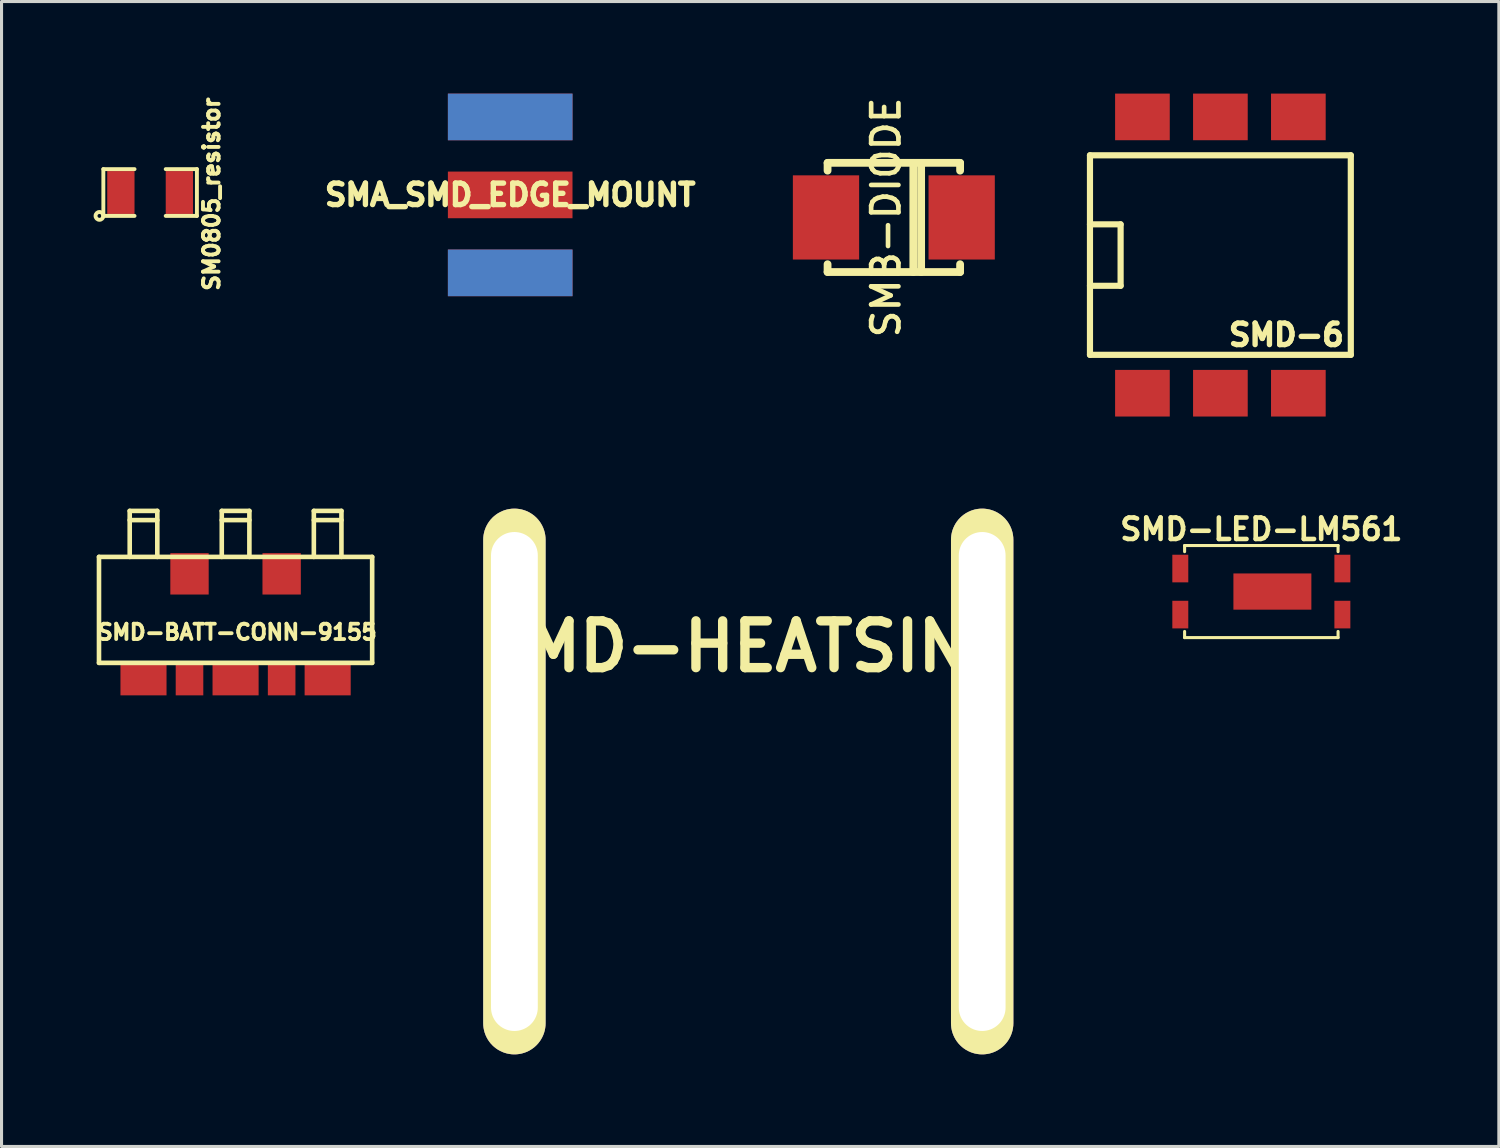
<source format=kicad_pcb>
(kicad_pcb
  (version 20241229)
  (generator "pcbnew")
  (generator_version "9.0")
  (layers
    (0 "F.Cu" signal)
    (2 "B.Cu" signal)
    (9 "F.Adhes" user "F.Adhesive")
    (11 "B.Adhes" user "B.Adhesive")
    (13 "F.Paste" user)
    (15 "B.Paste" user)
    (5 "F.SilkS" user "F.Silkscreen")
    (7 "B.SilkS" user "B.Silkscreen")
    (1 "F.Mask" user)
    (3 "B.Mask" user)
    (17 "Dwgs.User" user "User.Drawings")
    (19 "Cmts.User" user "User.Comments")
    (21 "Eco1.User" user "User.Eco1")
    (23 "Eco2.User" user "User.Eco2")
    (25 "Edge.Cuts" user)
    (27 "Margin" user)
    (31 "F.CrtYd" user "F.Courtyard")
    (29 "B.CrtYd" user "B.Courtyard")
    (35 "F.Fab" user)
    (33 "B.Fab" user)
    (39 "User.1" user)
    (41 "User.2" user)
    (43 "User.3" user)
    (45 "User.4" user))
  (footprint "SMD-BATT-CONN-9155"
    (layer "F.Cu")
    (at 4.625 15.645)
    (property "Reference" "SMD-BATT-CONN-9155" (at 0.051 1.9 0) (layer "F.SilkS") (effects (font (size 0.5 0.5) (thickness 0.124))))
    (attr through_hole)
    (fp_line (start -4.45 -0.551) (end 4.45 -0.551) (stroke (width 0.15) (type solid)) (layer "F.SilkS"))
    (fp_line (start -4.45 2.901) (end -4.45 -0.551) (stroke (width 0.15) (type solid)) (layer "F.SilkS"))
    (fp_line (start -3.449 -2.05) (end -2.55 -2.05) (stroke (width 0.15) (type solid)) (layer "F.SilkS"))
    (fp_line (start -3.449 -0.551) (end -3.449 -2.05) (stroke (width 0.15) (type solid)) (layer "F.SilkS"))
    (fp_line (start -2.55 -2.05) (end -2.55 -0.551) (stroke (width 0.15) (type solid)) (layer "F.SilkS"))
    (fp_line (start -2.55 -1.75) (end -3.449 -1.75) (stroke (width 0.15) (type solid)) (layer "F.SilkS"))
    (fp_line (start -0.45 -2.05) (end 0.45 -2.05) (stroke (width 0.15) (type solid)) (layer "F.SilkS"))
    (fp_line (start -0.45 -0.551) (end -0.45 -2.05) (stroke (width 0.15) (type solid)) (layer "F.SilkS"))
    (fp_line (start 0.45 -2.05) (end 0.45 -0.551) (stroke (width 0.15) (type solid)) (layer "F.SilkS"))
    (fp_line (start 0.45 -1.75) (end -0.45 -1.75) (stroke (width 0.15) (type solid)) (layer "F.SilkS"))
    (fp_line (start 2.55 -2.05) (end 3.449 -2.05) (stroke (width 0.15) (type solid)) (layer "F.SilkS"))
    (fp_line (start 2.55 -0.551) (end 2.55 -2.05) (stroke (width 0.15) (type solid)) (layer "F.SilkS"))
    (fp_line (start 3.449 -2.05) (end 3.449 -0.551) (stroke (width 0.15) (type solid)) (layer "F.SilkS"))
    (fp_line (start 3.449 -1.75) (end 2.55 -1.75) (stroke (width 0.15) (type solid)) (layer "F.SilkS"))
    (fp_line (start 4.45 -0.551) (end 4.45 2.901) (stroke (width 0.15) (type solid)) (layer "F.SilkS"))
    (fp_line (start 4.45 2.901) (end -4.45 2.901) (stroke (width 0.15) (type solid)) (layer "F.SilkS"))
    (pad "1" smd rect (at -1.501 0) (size 1.25 1.349) (layers "F.Cu" "F.Mask" "F.Paste"))
    (pad "2" smd rect (at 1.501 0) (size 1.25 1.349) (layers "F.Cu" "F.Mask" "F.Paste"))
    (pad "3" smd rect (at -3 3.459) (size 1.501 1.001) (layers "F.Cu" "F.Mask" "F.Paste"))
    (pad "4" smd rect (at 0 3.459) (size 1.501 1.001) (layers "F.Cu" "F.Mask" "F.Paste"))
    (pad "5" smd rect (at 3 3.459) (size 1.501 1.001) (layers "F.Cu" "F.Mask" "F.Paste"))
    (pad "6" smd rect (at -1.501 3.459) (size 0.899 1.001) (layers "F.Cu" "F.Mask" "F.Paste"))
    (pad "7" smd rect (at 1.501 3.459) (size 0.899 1.001) (layers "F.Cu" "F.Mask" "F.Paste")))
  (footprint "SMD-LED-LM561"
    (layer "F.Cu")
    (at 38.044 16.223)
    (property "Reference" "SMD-LED-LM561" (at 0 -2.03 0) (layer "F.SilkS") (effects (font (size 0.7 0.7) (thickness 0.15))))
    (attr through_hole)
    (fp_line (start -2.5 -1.5) (end -2.5 -1.3) (stroke (width 0.1) (type solid)) (layer "F.SilkS"))
    (fp_line (start -2.5 1.5) (end -2.5 1.3) (stroke (width 0.1) (type solid)) (layer "F.SilkS"))
    (fp_line (start -2.5 1.5) (end 2.5 1.5) (stroke (width 0.1) (type solid)) (layer "F.SilkS"))
    (fp_line (start 2.5 -1.5) (end -2.5 -1.5) (stroke (width 0.1) (type solid)) (layer "F.SilkS"))
    (fp_line (start 2.5 -1.5) (end 2.5 -1.3) (stroke (width 0.1) (type solid)) (layer "F.SilkS"))
    (fp_line (start 2.5 1.5) (end 2.5 1.3) (stroke (width 0.1) (type solid)) (layer "F.SilkS"))
    (pad "1" smd rect (at -2.64 -0.75) (size 0.52 0.9) (layers "F.Cu" "F.Mask" "F.Paste"))
    (pad "1" smd rect (at -2.64 0.75) (size 0.52 0.9) (layers "F.Cu" "F.Mask" "F.Paste"))
    (pad "2" smd rect (at 0.36 0) (size 2.54 1.18) (layers "F.Cu" "F.Mask" "F.Paste"))
    (pad "2" smd rect (at 2.64 -0.75) (size 0.52 0.9) (layers "F.Cu" "F.Mask" "F.Paste"))
    (pad "2" smd rect (at 2.64 0.75) (size 0.52 0.9) (layers "F.Cu" "F.Mask" "F.Paste")))
  (footprint "SM0805_resistor"
    (layer "F.Cu")
    (at 1.841 3.222)
    (property "Reference" "SM0805_resistor" (at 2.002 0.051 90) (layer "F.SilkS") (effects (font (size 0.508 0.508) (thickness 0.127))))
    (attr smd)
    (fp_line (start -1.524 -0.762) (end -0.508 -0.762) (stroke (width 0.127) (type solid)) (layer "F.SilkS"))
    (fp_line (start -1.524 0.762) (end -1.524 -0.762) (stroke (width 0.127) (type solid)) (layer "F.SilkS"))
    (fp_line (start -0.508 0.762) (end -1.524 0.762) (stroke (width 0.127) (type solid)) (layer "F.SilkS"))
    (fp_line (start 0.508 -0.762) (end 1.524 -0.762) (stroke (width 0.127) (type solid)) (layer "F.SilkS"))
    (fp_line (start 1.524 -0.762) (end 1.524 0.762) (stroke (width 0.127) (type solid)) (layer "F.SilkS"))
    (fp_line (start 1.524 0.762) (end 0.508 0.762) (stroke (width 0.127) (type solid)) (layer "F.SilkS"))
    (fp_circle (center -1.651 0.762) (end -1.651 0.635) (stroke (width 0.127) (type solid)) (fill no) (layer "F.SilkS"))
    (pad "1" smd rect (at -0.953 0) (size 0.889 1.397) (layers "F.Cu" "F.Mask" "F.Paste"))
    (pad "2" smd rect (at 0.953 0) (size 0.889 1.397) (layers "F.Cu" "F.Mask" "F.Paste")))
  (footprint "SMD-6"
    (layer "F.Cu")
    (at 36.71 5.26)
    (property "Reference" "SMD-6" (at 2.149 2.601 0) (layer "F.SilkS") (effects (font (size 0.701 0.701) (thickness 0.175))))
    (attr through_hole)
    (fp_line (start -4.249 -3.251) (end 4.249 -3.251) (stroke (width 0.201) (type solid)) (layer "F.SilkS"))
    (fp_line (start -4.249 -1.001) (end -3.251 -1.001) (stroke (width 0.201) (type solid)) (layer "F.SilkS"))
    (fp_line (start -4.249 3.251) (end -4.249 -3.251) (stroke (width 0.201) (type solid)) (layer "F.SilkS"))
    (fp_line (start -3.251 -1.001) (end -3.251 1.001) (stroke (width 0.201) (type solid)) (layer "F.SilkS"))
    (fp_line (start -3.251 1.001) (end -4.249 1.001) (stroke (width 0.201) (type solid)) (layer "F.SilkS"))
    (fp_line (start 4.249 -3.251) (end 4.249 3.251) (stroke (width 0.201) (type solid)) (layer "F.SilkS"))
    (fp_line (start 4.249 3.251) (end -4.249 3.251) (stroke (width 0.201) (type solid)) (layer "F.SilkS"))
    (pad "1" smd rect (at -2.54 4.501) (size 1.781 1.519) (layers "F.Cu" "F.Mask" "F.Paste"))
    (pad "2" smd rect (at 0 4.501) (size 1.781 1.519) (layers "F.Cu" "F.Mask" "F.Paste"))
    (pad "3" smd rect (at 2.54 4.501) (size 1.781 1.519) (layers "F.Cu" "F.Mask" "F.Paste"))
    (pad "4" smd rect (at 2.54 -4.501) (size 1.781 1.519) (layers "F.Cu" "F.Mask" "F.Paste"))
    (pad "5" smd rect (at 0 -4.501) (size 1.781 1.519) (layers "F.Cu" "F.Mask" "F.Paste"))
    (pad "6" smd rect (at -2.54 -4.501) (size 1.781 1.519) (layers "F.Cu" "F.Mask" "F.Paste")))
  (footprint "SMD-HEATSINK"
    (layer "F.Cu")
    (at 21.329 22.411)
    (property "Reference" "SMD-HEATSINK" (at 0 -4.399 0) (layer "F.SilkS") (effects (font (size 1.524 1.524) (thickness 0.305))))
    (attr through_hole)
    (pad "1" thru_hole oval (at -7.62 0) (size 2.032 17.78) (drill oval 1.524 16.256) (layers "*.Cu" "*.Mask" "F.SilkS"))
    (pad "1" thru_hole oval (at 7.62 0) (size 2.032 17.78) (drill oval 1.524 16.256) (layers "*.Cu" "*.Mask" "F.SilkS")))
  (footprint "SMB-DIODE"
    (layer "F.Cu")
    (at 26.071 4.034)
    (property "Reference" "SMB-DIODE" (at -0.254 0 90) (layer "F.SilkS") (effects (font (size 0.889 0.889) (thickness 0.152))))
    (attr through_hole)
    (fp_line (start -2.159 -1.778) (end -2.159 -1.524) (stroke (width 0.254) (type solid)) (layer "F.SilkS"))
    (fp_line (start -2.159 1.778) (end -2.159 1.524) (stroke (width 0.254) (type solid)) (layer "F.SilkS"))
    (fp_line (start -2.159 1.778) (end 2.159 1.778) (stroke (width 0.254) (type solid)) (layer "F.SilkS"))
    (fp_line (start 0.635 1.778) (end 0.635 -1.778) (stroke (width 0.254) (type solid)) (layer "F.SilkS"))
    (fp_line (start 0.889 -1.778) (end 0.889 1.778) (stroke (width 0.254) (type solid)) (layer "F.SilkS"))
    (fp_line (start 2.159 -1.778) (end -2.159 -1.778) (stroke (width 0.254) (type solid)) (layer "F.SilkS"))
    (fp_line (start 2.159 -1.778) (end 2.159 -1.524) (stroke (width 0.254) (type solid)) (layer "F.SilkS"))
    (fp_line (start 2.159 1.778) (end 2.159 1.524) (stroke (width 0.254) (type solid)) (layer "F.SilkS"))
    (pad "1" smd rect (at -2.21 0) (size 2.159 2.743) (layers "F.Cu" "F.Mask" "F.Paste"))
    (pad "2" smd rect (at 2.21 0) (size 2.159 2.743) (layers "F.Cu" "F.Mask" "F.Paste")))
  (footprint "SMA_SMD_EDGE_MOUNT"
    (layer "F.Cu")
    (at 13.572 3.3)
    (property "Reference" "SMA_SMD_EDGE_MOUNT" (at 0 0 0) (layer "F.SilkS") (effects (font (size 0.7 0.7) (thickness 0.175))))
    (attr through_hole)
    (pad "1" smd rect (at 0 0) (size 4.06 1.52) (layers "F.Cu" "F.Mask" "F.Paste"))
    (pad "2" smd rect (at 0 -2.54) (size 4.06 1.52) (layers "F.Cu" "F.Mask" "F.Paste"))
    (pad "2" smd rect (at 0 -2.54) (size 4.06 1.52) (layers "F.Mask" "B.Cu" "F.Paste"))
    (pad "2" smd rect (at 0 2.54) (size 4.06 1.52) (layers "F.Cu" "F.Mask" "F.Paste"))
    (pad "2" smd rect (at 0 2.54) (size 4.06 1.52) (layers "F.Mask" "B.Cu" "F.Paste")))
  (gr_rect
    (start -3 -3)
    (end 45.782 34.301)
    (stroke (width 0.1) (type default))
    (fill no)
    (layer "Edge.Cuts")))
</source>
